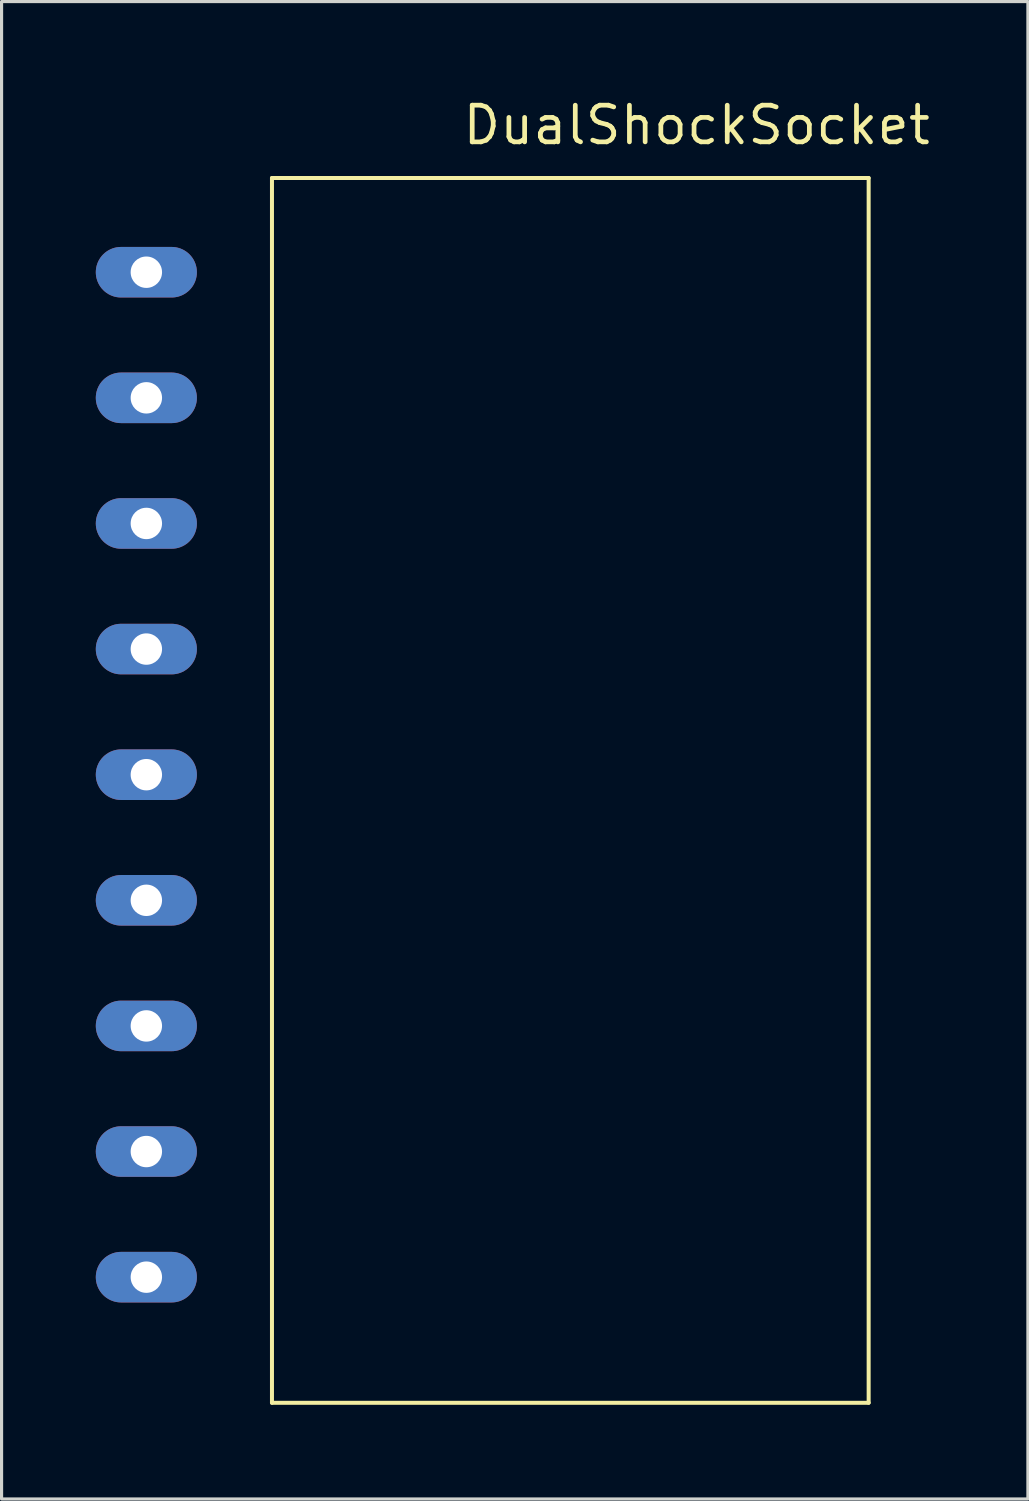
<source format=kicad_pcb>
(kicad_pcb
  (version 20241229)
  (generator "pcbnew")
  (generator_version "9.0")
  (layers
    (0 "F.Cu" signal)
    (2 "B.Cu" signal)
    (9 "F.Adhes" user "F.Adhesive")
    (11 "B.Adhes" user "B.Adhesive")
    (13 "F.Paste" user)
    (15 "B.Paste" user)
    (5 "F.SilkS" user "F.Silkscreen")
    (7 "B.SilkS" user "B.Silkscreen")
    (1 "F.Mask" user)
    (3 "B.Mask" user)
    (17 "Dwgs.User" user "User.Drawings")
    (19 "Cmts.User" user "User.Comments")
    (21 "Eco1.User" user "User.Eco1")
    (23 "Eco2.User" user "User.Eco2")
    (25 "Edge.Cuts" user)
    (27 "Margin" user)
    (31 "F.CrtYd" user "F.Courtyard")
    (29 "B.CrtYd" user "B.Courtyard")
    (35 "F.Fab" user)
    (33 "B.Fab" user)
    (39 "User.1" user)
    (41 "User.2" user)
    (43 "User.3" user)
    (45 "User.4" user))
  (footprint "DualShockSocket"
    (layer "F.Cu")
    (at 1.61 12.618)
    (property "Reference" "DualShockSocket" (at 10 -11 0) (layer "F.SilkS") (effects (font (size 1.168 1.168) (thickness 0.15)) (justify left bottom)))
    (fp_line (start 4 -10) (end 4 29) (stroke (width 0.127) (type solid)) (layer "F.SilkS"))
    (fp_line (start 4 29) (end 23 29) (stroke (width 0.127) (type solid)) (layer "F.SilkS"))
    (fp_line (start 23 -10) (end 4 -10) (stroke (width 0.127) (type solid)) (layer "F.SilkS"))
    (fp_line (start 23 29) (end 23 -10) (stroke (width 0.127) (type solid)) (layer "F.SilkS"))
    (pad "1" thru_hole oval (at 0 -7) (size 3.219 1.61) (drill 1) (layers "*.Cu" "*.Mask"))
    (pad "2" thru_hole oval (at 0 -3) (size 3.219 1.61) (drill 1) (layers "*.Cu" "*.Mask"))
    (pad "3" thru_hole oval (at 0 1) (size 3.219 1.61) (drill 1) (layers "*.Cu" "*.Mask"))
    (pad "4" thru_hole oval (at 0 5) (size 3.219 1.61) (drill 1) (layers "*.Cu" "*.Mask"))
    (pad "5" thru_hole oval (at 0 9) (size 3.219 1.61) (drill 1) (layers "*.Cu" "*.Mask"))
    (pad "6" thru_hole oval (at 0 13) (size 3.219 1.61) (drill 1) (layers "*.Cu" "*.Mask"))
    (pad "7" thru_hole oval (at 0 17) (size 3.219 1.61) (drill 1) (layers "*.Cu" "*.Mask"))
    (pad "8" thru_hole oval (at 0 21) (size 3.219 1.61) (drill 1) (layers "*.Cu" "*.Mask"))
    (pad "9" thru_hole oval (at 0 25) (size 3.219 1.61) (drill 1) (layers "*.Cu" "*.Mask")))
  (gr_rect
    (start -3 -3)
    (end 29.681 44.682)
    (stroke (width 0.1) (type default))
    (fill no)
    (layer "Edge.Cuts")))
</source>
